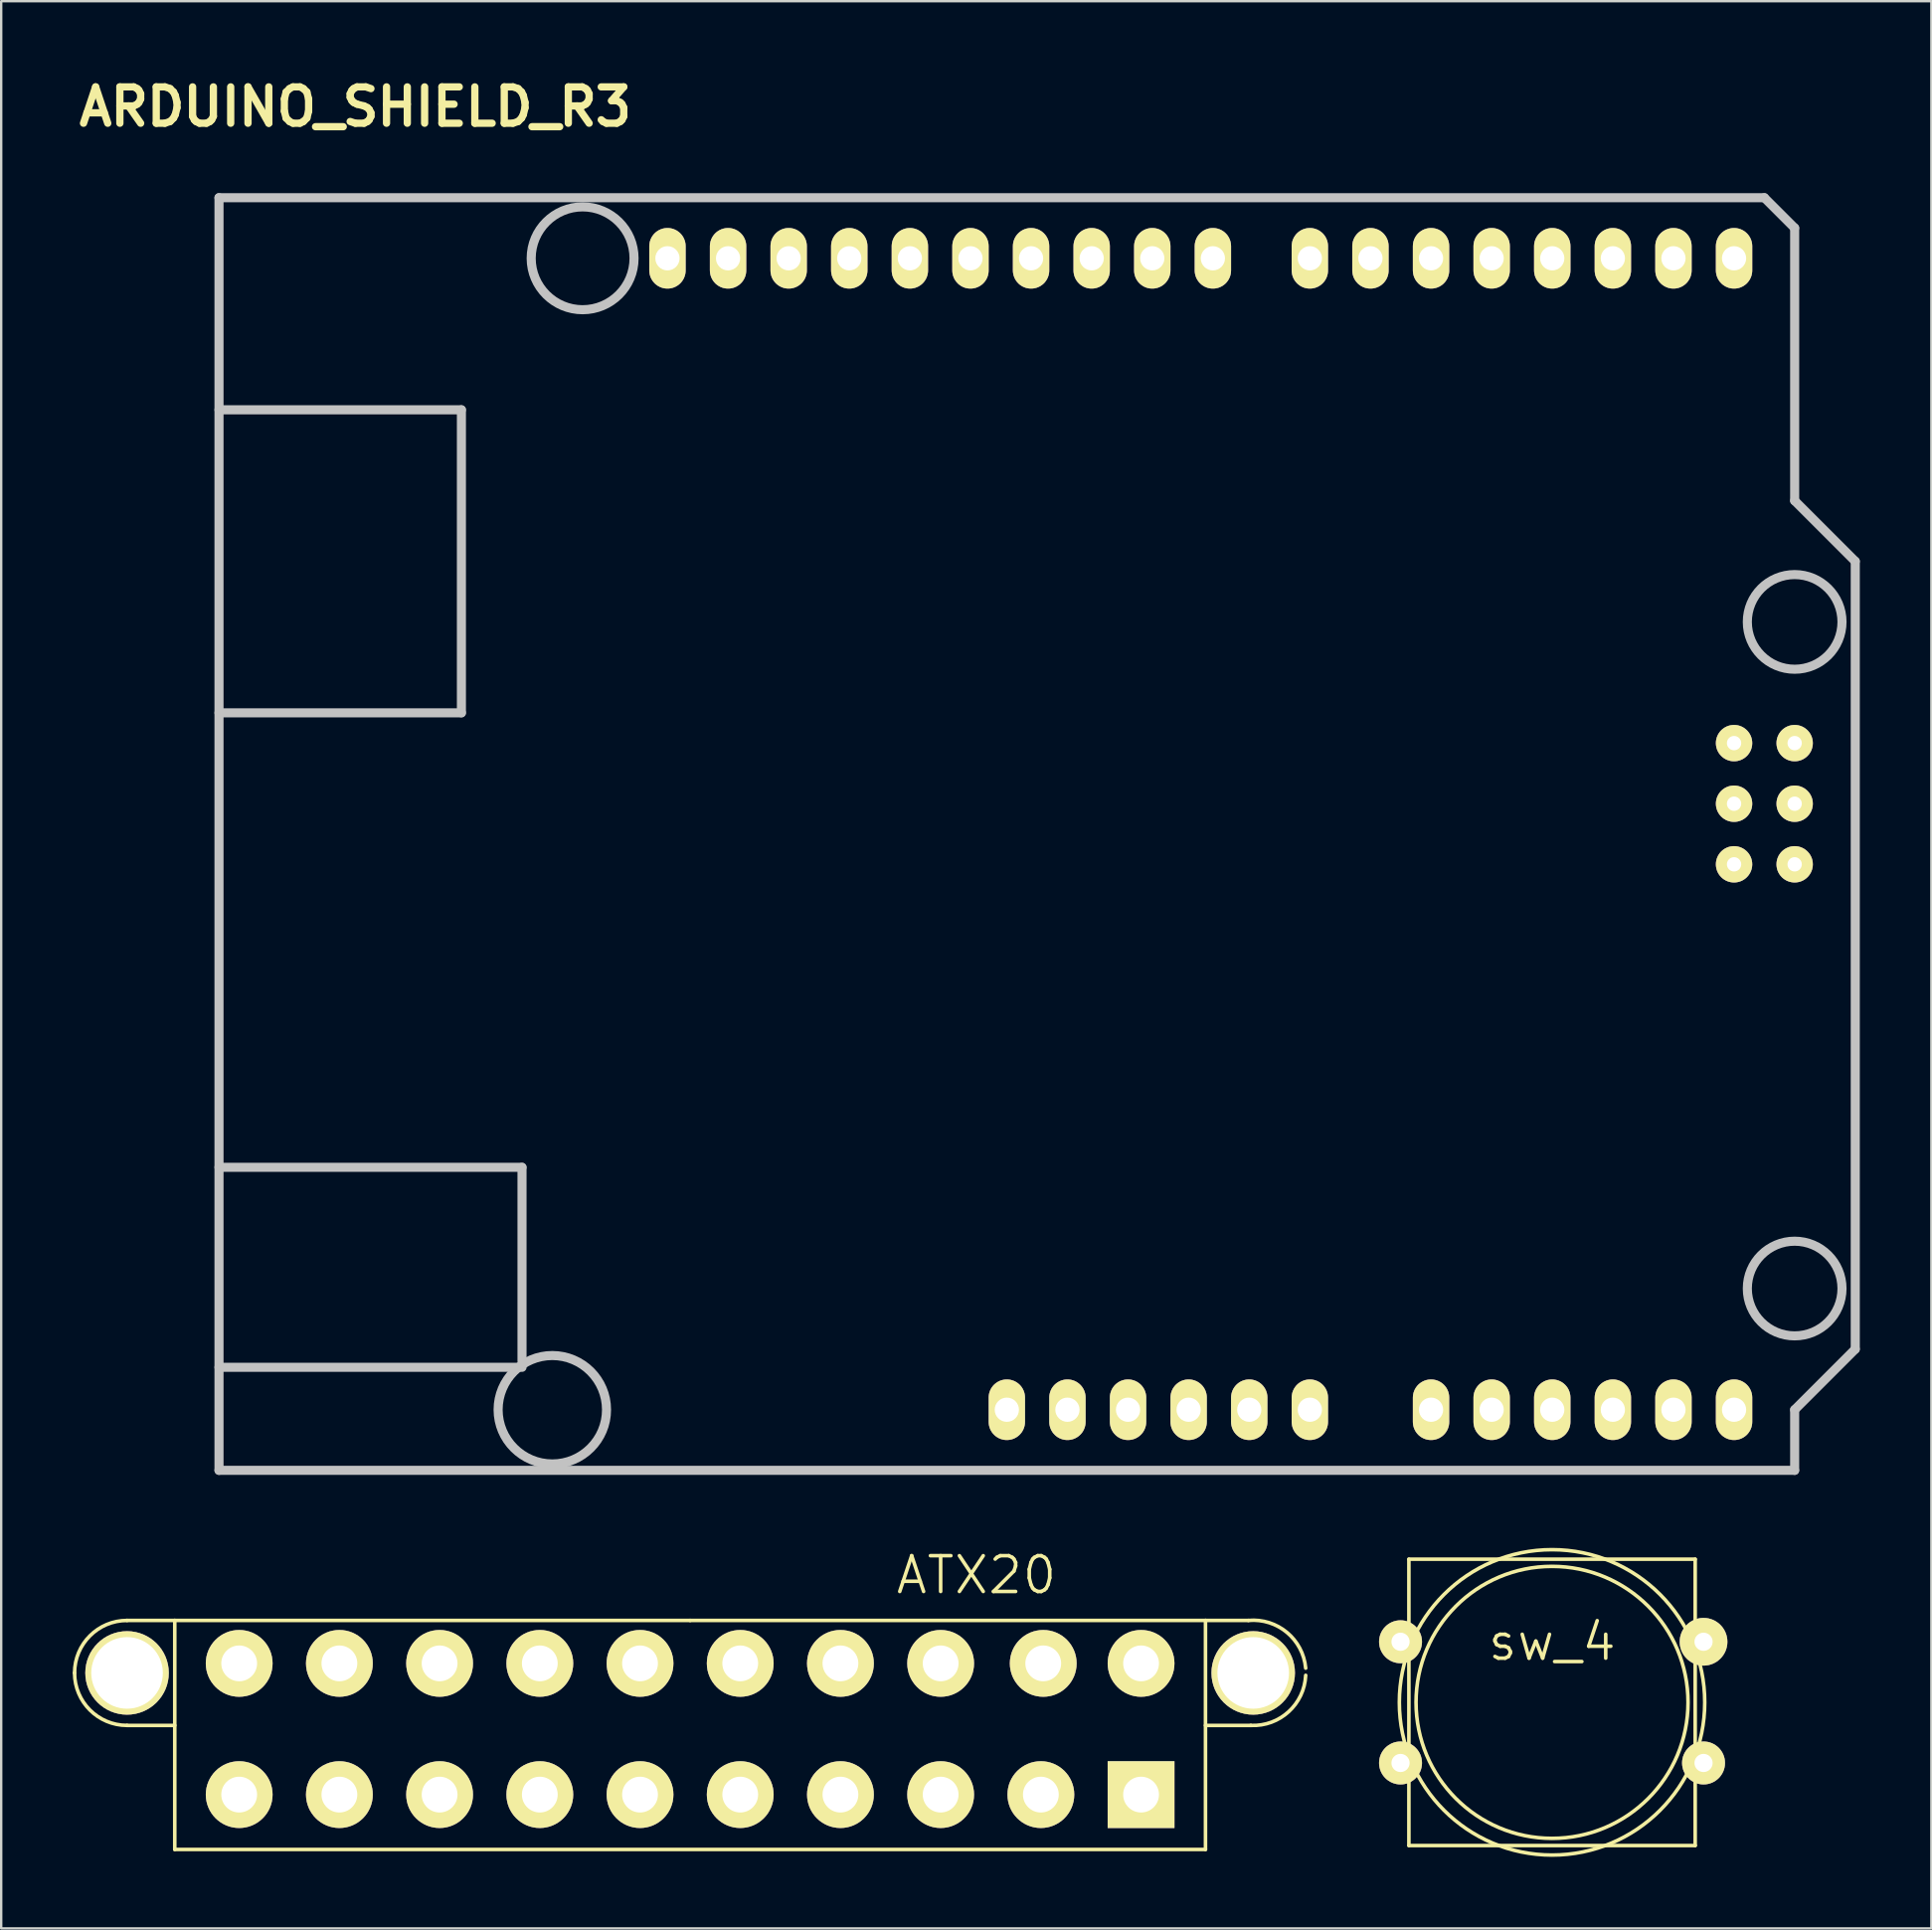
<source format=kicad_pcb>
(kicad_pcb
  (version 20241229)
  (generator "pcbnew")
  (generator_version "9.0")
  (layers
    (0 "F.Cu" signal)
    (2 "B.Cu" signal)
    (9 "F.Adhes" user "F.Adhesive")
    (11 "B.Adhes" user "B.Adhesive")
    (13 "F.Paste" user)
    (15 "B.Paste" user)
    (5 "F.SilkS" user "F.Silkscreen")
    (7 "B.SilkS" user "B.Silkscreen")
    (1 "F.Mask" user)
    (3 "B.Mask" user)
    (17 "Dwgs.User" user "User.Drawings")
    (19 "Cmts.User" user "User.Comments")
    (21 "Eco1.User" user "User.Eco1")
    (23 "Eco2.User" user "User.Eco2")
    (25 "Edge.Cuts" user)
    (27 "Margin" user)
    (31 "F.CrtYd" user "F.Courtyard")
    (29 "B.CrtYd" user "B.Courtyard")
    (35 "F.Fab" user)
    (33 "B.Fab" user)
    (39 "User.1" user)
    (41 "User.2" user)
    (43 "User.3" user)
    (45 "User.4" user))
  (footprint "sw_4"
    (placed yes)
    (layer "F.Cu")
    (at 62 68.301)
    (property "Reference" "sw_4" (at 0 -2.54 0) (layer "F.SilkS") (effects (font (size 1.5 1.5) (thickness 0.15))))
    (attr through_hole)
    (fp_line (start -6 -6) (end 6 -6) (stroke (width 0.15) (type solid)) (layer "F.SilkS"))
    (fp_line (start -6 6) (end -6 -6) (stroke (width 0.15) (type solid)) (layer "F.SilkS"))
    (fp_line (start 6 -6) (end 6 6) (stroke (width 0.15) (type solid)) (layer "F.SilkS"))
    (fp_line (start 6 6) (end -6 6) (stroke (width 0.15) (type solid)) (layer "F.SilkS"))
    (fp_circle (center 0 0) (end 5.7 0) (stroke (width 0.15) (type solid)) (fill no) (layer "F.SilkS"))
    (fp_circle (center 0 0) (end 6.4 0) (stroke (width 0.15) (type solid)) (fill no) (layer "F.SilkS"))
    (pad "1" thru_hole circle (at -6.35 -2.54) (size 1.8 1.8) (drill 0.762) (layers "*.Cu" "*.Mask" "F.SilkS"))
    (pad "2" thru_hole circle (at 6.35 -2.54) (size 2 2) (drill 0.762) (layers "*.Cu" "*.Mask" "F.SilkS"))
    (pad "3" thru_hole circle (at -6.35 2.54) (size 1.8 1.8) (drill 0.762) (layers "*.Cu" "*.Mask" "F.SilkS"))
    (pad "4" thru_hole circle (at 6.35 2.54) (size 1.8 1.8) (drill 0.762) (layers "*.Cu" "*.Mask" "F.SilkS")))
  (footprint "ARDUINO_SHIELD_R3"
    (layer "F.Cu")
    (at 6.129 58.576)
    (property "Reference" "ARDUINO_SHIELD_R3" (at 5.715 -57.15 0) (layer "F.SilkS") (effects (font (size 1.524 1.524) (thickness 0.305))))
    (attr through_hole)
    (fp_line (start 0 -44.45) (end 10.16 -44.45) (stroke (width 0.381) (type solid)) (layer "Dwgs.User"))
    (fp_line (start 0 -12.7) (end 12.7 -12.7) (stroke (width 0.381) (type solid)) (layer "Dwgs.User"))
    (fp_line (start 0 0) (end 0 -53.34) (stroke (width 0.381) (type solid)) (layer "Dwgs.User"))
    (fp_line (start 10.16 -44.45) (end 10.16 -31.75) (stroke (width 0.381) (type solid)) (layer "Dwgs.User"))
    (fp_line (start 10.16 -31.75) (end 0 -31.75) (stroke (width 0.381) (type solid)) (layer "Dwgs.User"))
    (fp_line (start 12.7 -12.7) (end 12.7 -4.572) (stroke (width 0.381) (type solid)) (layer "Dwgs.User"))
    (fp_line (start 12.7 -4.318) (end 0 -4.318) (stroke (width 0.381) (type solid)) (layer "Dwgs.User"))
    (fp_line (start 64.77 -53.34) (end 0 -53.34) (stroke (width 0.381) (type solid)) (layer "Dwgs.User"))
    (fp_line (start 66.04 -52.07) (end 64.77 -53.34) (stroke (width 0.381) (type solid)) (layer "Dwgs.User"))
    (fp_line (start 66.04 -40.64) (end 66.04 -52.07) (stroke (width 0.381) (type solid)) (layer "Dwgs.User"))
    (fp_line (start 66.04 -40.64) (end 68.58 -38.1) (stroke (width 0.381) (type solid)) (layer "Dwgs.User"))
    (fp_line (start 66.04 -2.54) (end 66.04 0) (stroke (width 0.381) (type solid)) (layer "Dwgs.User"))
    (fp_line (start 66.04 0) (end 0 0) (stroke (width 0.381) (type solid)) (layer "Dwgs.User"))
    (fp_line (start 68.58 -38.1) (end 68.58 -5.08) (stroke (width 0.381) (type solid)) (layer "Dwgs.User"))
    (fp_line (start 68.58 -5.08) (end 66.04 -2.54) (stroke (width 0.381) (type solid)) (layer "Dwgs.User"))
    (fp_circle (center 13.97 -2.54) (end 16.002 -1.524) (stroke (width 0.381) (type solid)) (fill no) (layer "Dwgs.User"))
    (fp_circle (center 15.24 -50.8) (end 16.764 -49.276) (stroke (width 0.381) (type solid)) (fill no) (layer "Dwgs.User"))
    (fp_circle (center 66.04 -35.56) (end 67.31 -34.036) (stroke (width 0.381) (type solid)) (fill no) (layer "Dwgs.User"))
    (fp_circle (center 66.04 -7.62) (end 67.31 -6.096) (stroke (width 0.381) (type solid)) (fill no) (layer "Dwgs.User"))
    (pad "0" thru_hole oval (at 63.5 -50.8 90) (size 2.54 1.524) (drill 1.016) (layers "*.Cu" "*.Mask" "F.SilkS"))
    (pad "1" thru_hole oval (at 60.96 -50.8 90) (size 2.54 1.524) (drill 1.016) (layers "*.Cu" "*.Mask" "F.SilkS"))
    (pad "2" thru_hole oval (at 58.42 -50.8 90) (size 2.54 1.524) (drill 1.016) (layers "*.Cu" "*.Mask" "F.SilkS"))
    (pad "3" thru_hole oval (at 55.88 -50.8 90) (size 2.54 1.524) (drill 1.016) (layers "*.Cu" "*.Mask" "F.SilkS"))
    (pad "3V3" thru_hole oval (at 35.56 -2.54 90) (size 2.54 1.524) (drill 1.016) (layers "*.Cu" "*.Mask" "F.SilkS"))
    (pad "4" thru_hole oval (at 53.34 -50.8 90) (size 2.54 1.524) (drill 1.016) (layers "*.Cu" "*.Mask" "F.SilkS"))
    (pad "5" thru_hole oval (at 50.8 -50.8 90) (size 2.54 1.524) (drill 1.016) (layers "*.Cu" "*.Mask" "F.SilkS"))
    (pad "5V" thru_hole oval (at 38.1 -2.54 90) (size 2.54 1.524) (drill 1.016) (layers "*.Cu" "*.Mask" "F.SilkS"))
    (pad "6" thru_hole oval (at 48.26 -50.8 90) (size 2.54 1.524) (drill 1.016) (layers "*.Cu" "*.Mask" "F.SilkS"))
    (pad "7" thru_hole oval (at 45.72 -50.8 90) (size 2.54 1.524) (drill 1.016) (layers "*.Cu" "*.Mask" "F.SilkS"))
    (pad "8" thru_hole oval (at 41.656 -50.8 90) (size 2.54 1.524) (drill 1.016) (layers "*.Cu" "*.Mask" "F.SilkS"))
    (pad "9" thru_hole oval (at 39.116 -50.8 90) (size 2.54 1.524) (drill 1.016) (layers "*.Cu" "*.Mask" "F.SilkS"))
    (pad "10" thru_hole oval (at 36.576 -50.8 90) (size 2.54 1.524) (drill 1.016) (layers "*.Cu" "*.Mask" "F.SilkS"))
    (pad "11" thru_hole oval (at 34.036 -50.8 90) (size 2.54 1.524) (drill 1.016) (layers "*.Cu" "*.Mask" "F.SilkS"))
    (pad "12" thru_hole oval (at 31.496 -50.8 90) (size 2.54 1.524) (drill 1.016) (layers "*.Cu" "*.Mask" "F.SilkS"))
    (pad "13" thru_hole oval (at 28.956 -50.8 90) (size 2.54 1.524) (drill 1.016) (layers "*.Cu" "*.Mask" "F.SilkS"))
    (pad "AD0" thru_hole oval (at 50.8 -2.54 90) (size 2.54 1.524) (drill 1.016) (layers "*.Cu" "*.Mask" "F.SilkS"))
    (pad "AD1" thru_hole oval (at 53.34 -2.54 90) (size 2.54 1.524) (drill 1.016) (layers "*.Cu" "*.Mask" "F.SilkS"))
    (pad "AD2" thru_hole oval (at 55.88 -2.54 90) (size 2.54 1.524) (drill 1.016) (layers "*.Cu" "*.Mask" "F.SilkS"))
    (pad "AD3" thru_hole oval (at 58.42 -2.54 90) (size 2.54 1.524) (drill 1.016) (layers "*.Cu" "*.Mask" "F.SilkS"))
    (pad "AD4" thru_hole oval (at 60.96 -2.54 90) (size 2.54 1.524) (drill 1.016) (layers "*.Cu" "*.Mask" "F.SilkS"))
    (pad "AD5" thru_hole oval (at 63.5 -2.54 90) (size 2.54 1.524) (drill 1.016) (layers "*.Cu" "*.Mask" "F.SilkS"))
    (pad "AREF" thru_hole oval (at 23.876 -50.8 90) (size 2.54 1.524) (drill 1.016) (layers "*.Cu" "*.Mask" "F.SilkS"))
    (pad "GND1" thru_hole oval (at 40.64 -2.54 90) (size 2.54 1.524) (drill 1.016) (layers "*.Cu" "*.Mask" "F.SilkS"))
    (pad "GND2" thru_hole oval (at 43.18 -2.54 90) (size 2.54 1.524) (drill 1.016) (layers "*.Cu" "*.Mask" "F.SilkS"))
    (pad "GND3" thru_hole oval (at 26.416 -50.8 90) (size 2.54 1.524) (drill 1.016) (layers "*.Cu" "*.Mask" "F.SilkS"))
    (pad "RST" thru_hole oval (at 33.02 -2.54 90) (size 2.54 1.524) (drill 1.016) (layers "*.Cu" "*.Mask" "F.SilkS"))
    (pad "SCL" thru_hole oval (at 18.796 -50.8 90) (size 2.54 1.524) (drill 1.016) (layers "*.Cu" "*.Mask" "F.SilkS"))
    (pad "SDA" thru_hole oval (at 21.336 -50.8 90) (size 2.54 1.524) (drill 1.016) (layers "*.Cu" "*.Mask" "F.SilkS"))
    (pad "V_IN" thru_hole oval (at 45.72 -2.54 90) (size 2.54 1.524) (drill 1.016) (layers "*.Cu" "*.Mask" "F.SilkS"))
    (pad "_5V" thru_hole circle (at 66.04 -30.48) (size 1.524 1.524) (drill 0.6) (layers "*.Cu" "*.Mask" "F.SilkS"))
    (pad "_GND" thru_hole circle (at 66.04 -25.4) (size 1.524 1.524) (drill 0.6) (layers "*.Cu" "*.Mask" "F.SilkS"))
    (pad "_MIS" thru_hole circle (at 63.5 -30.48) (size 1.524 1.524) (drill 0.6) (layers "*.Cu" "*.Mask" "F.SilkS"))
    (pad "_MOS" thru_hole circle (at 66.04 -27.94) (size 1.524 1.524) (drill 0.6) (layers "*.Cu" "*.Mask" "F.SilkS"))
    (pad "_RST" thru_hole circle (at 63.5 -25.4) (size 1.524 1.524) (drill 0.6) (layers "*.Cu" "*.Mask" "F.SilkS"))
    (pad "_SCK" thru_hole circle (at 63.5 -27.94) (size 1.524 1.524) (drill 0.6) (layers "*.Cu" "*.Mask" "F.SilkS")))
  (footprint "ATX20"
    (layer "F.Cu")
    (at 25.875 69.467)
    (property "Reference" "ATX20" (at 12 -6.5 0) (layer "F.SilkS") (effects (font (size 1.5 1.5) (thickness 0.15))))
    (attr through_hole)
    (fp_line (start -23.6 -0.2) (end -21.6 -0.2) (stroke (width 0.15) (type solid)) (layer "F.SilkS"))
    (fp_line (start -21.6 -4.6) (end -23.6 -4.6) (stroke (width 0.15) (type solid)) (layer "F.SilkS"))
    (fp_line (start -21.6 -4.6) (end 0 -4.6) (stroke (width 0.15) (type solid)) (layer "F.SilkS"))
    (fp_line (start -21.6 5) (end -21.6 -4.6) (stroke (width 0.15) (type solid)) (layer "F.SilkS"))
    (fp_line (start -21.6 5) (end 21.6 5) (stroke (width 0.15) (type solid)) (layer "F.SilkS"))
    (fp_line (start 0 -4.6) (end 21.6 -4.6) (stroke (width 0.15) (type solid)) (layer "F.SilkS"))
    (fp_line (start 21.6 -4.6) (end 21.6 5) (stroke (width 0.15) (type solid)) (layer "F.SilkS"))
    (fp_line (start 23.4 -4.6) (end 21.6 -4.6) (stroke (width 0.15) (type solid)) (layer "F.SilkS"))
    (fp_line (start 23.5 -0.2) (end 21.6 -0.2) (stroke (width 0.15) (type solid)) (layer "F.SilkS"))
    (fp_arc (start -25.8 -2.4) (mid -25.155635 -3.955635) (end -23.6 -4.6) (stroke (width 0.15) (type solid)) (layer "F.SilkS"))
    (fp_arc (start -23.6 -0.2) (mid -25.155635 -0.844365) (end -25.8 -2.4) (stroke (width 0.15) (type solid)) (layer "F.SilkS"))
    (fp_arc (start 23.4 -4.6) (mid 25.014214 -4.097056) (end 25.8 -2.6) (stroke (width 0.15) (type solid)) (layer "F.SilkS"))
    (fp_arc (start 25.8 -2.3) (mid 25.084924 -0.773654) (end 23.5 -0.2) (stroke (width 0.15) (type solid)) (layer "F.SilkS"))
    (pad "1" thru_hole rect (at 18.9 2.7) (size 2.8 2.8) (drill 1.5) (layers "*.Cu" "*.Mask" "F.SilkS"))
    (pad "2" thru_hole circle (at 18.9 -2.8) (size 2.8 2.8) (drill 1.5) (layers "*.Cu" "*.Mask" "F.SilkS"))
    (pad "3" thru_hole circle (at 14.7 2.7) (size 2.8 2.8) (drill 1.5) (layers "*.Cu" "*.Mask" "F.SilkS"))
    (pad "4" thru_hole circle (at 14.8 -2.8) (size 2.8 2.8) (drill 1.5) (layers "*.Cu" "*.Mask" "F.SilkS"))
    (pad "5" thru_hole circle (at 10.5 2.7) (size 2.8 2.8) (drill 1.5) (layers "*.Cu" "*.Mask" "F.SilkS"))
    (pad "6" thru_hole circle (at 10.5 -2.8) (size 2.8 2.8) (drill 1.5) (layers "*.Cu" "*.Mask" "F.SilkS"))
    (pad "7" thru_hole circle (at 6.3 2.7) (size 2.8 2.8) (drill 1.5) (layers "*.Cu" "*.Mask" "F.SilkS"))
    (pad "8" thru_hole circle (at 6.3 -2.8) (size 2.8 2.8) (drill 1.5) (layers "*.Cu" "*.Mask" "F.SilkS"))
    (pad "9" thru_hole circle (at 2.1 2.7) (size 2.8 2.8) (drill 1.5) (layers "*.Cu" "*.Mask" "F.SilkS"))
    (pad "10" thru_hole circle (at 2.1 -2.8) (size 2.8 2.8) (drill 1.5) (layers "*.Cu" "*.Mask" "F.SilkS"))
    (pad "11" thru_hole circle (at -2.1 2.7) (size 2.8 2.8) (drill 1.5) (layers "*.Cu" "*.Mask" "F.SilkS"))
    (pad "12" thru_hole circle (at -2.1 -2.8) (size 2.8 2.8) (drill 1.5) (layers "*.Cu" "*.Mask" "F.SilkS"))
    (pad "13" thru_hole circle (at -6.3 2.7) (size 2.8 2.8) (drill 1.5) (layers "*.Cu" "*.Mask" "F.SilkS"))
    (pad "14" thru_hole circle (at -6.3 -2.8) (size 2.8 2.8) (drill 1.5) (layers "*.Cu" "*.Mask" "F.SilkS"))
    (pad "15" thru_hole circle (at -10.5 2.7) (size 2.8 2.8) (drill 1.5) (layers "*.Cu" "*.Mask" "F.SilkS"))
    (pad "16" thru_hole circle (at -10.5 -2.8) (size 2.8 2.8) (drill 1.5) (layers "*.Cu" "*.Mask" "F.SilkS"))
    (pad "17" thru_hole circle (at -14.7 2.7) (size 2.8 2.8) (drill 1.5) (layers "*.Cu" "*.Mask" "F.SilkS"))
    (pad "18" thru_hole circle (at -14.7 -2.8) (size 2.8 2.8) (drill 1.5) (layers "*.Cu" "*.Mask" "F.SilkS"))
    (pad "19" thru_hole circle (at -18.9 2.7) (size 2.8 2.8) (drill 1.5) (layers "*.Cu" "*.Mask" "F.SilkS"))
    (pad "20" thru_hole circle (at -18.9 -2.8) (size 2.8 2.8) (drill 1.5) (layers "*.Cu" "*.Mask" "F.SilkS"))
    (pad "21" thru_hole circle (at 23.6 -2.4) (size 3.5 3.5) (drill 3) (layers "*.Cu" "*.Mask" "F.SilkS"))
    (pad "22" thru_hole circle (at -23.6 -2.4) (size 3.5 3.5) (drill 3) (layers "*.Cu" "*.Mask" "F.SilkS")))
  (gr_rect
    (start -3 -3)
    (end 77.899 77.776)
    (stroke (width 0.1) (type default))
    (fill no)
    (layer "Edge.Cuts")))
</source>
